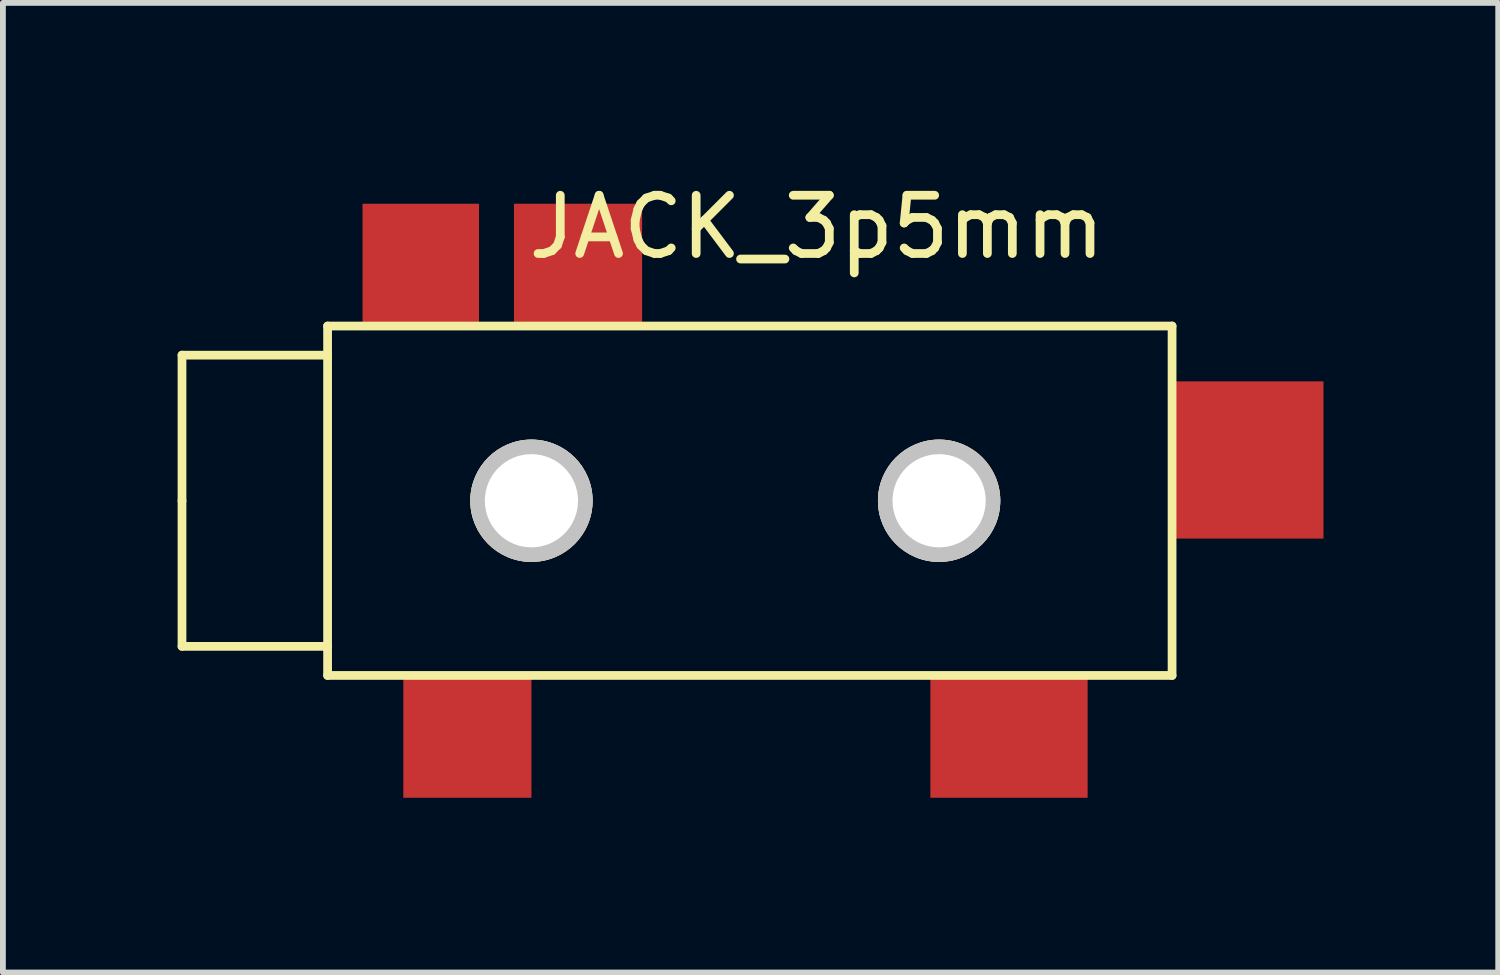
<source format=kicad_pcb>
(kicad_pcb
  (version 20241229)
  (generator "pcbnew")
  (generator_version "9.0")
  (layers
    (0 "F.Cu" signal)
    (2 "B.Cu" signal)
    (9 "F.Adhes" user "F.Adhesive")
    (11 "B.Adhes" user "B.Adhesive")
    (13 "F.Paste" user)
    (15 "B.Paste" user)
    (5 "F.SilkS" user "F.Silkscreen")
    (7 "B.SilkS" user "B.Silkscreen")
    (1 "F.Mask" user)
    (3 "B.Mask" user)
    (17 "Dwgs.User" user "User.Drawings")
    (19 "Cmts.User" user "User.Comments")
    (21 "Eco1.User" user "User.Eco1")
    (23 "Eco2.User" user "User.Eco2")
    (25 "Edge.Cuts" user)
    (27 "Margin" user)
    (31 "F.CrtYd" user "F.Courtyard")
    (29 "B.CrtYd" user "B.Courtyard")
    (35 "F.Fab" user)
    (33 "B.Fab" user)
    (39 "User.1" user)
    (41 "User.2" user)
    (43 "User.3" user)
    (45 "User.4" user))
  (footprint "JACK_3p5mm"
    (layer "F.Cu")
    (at 2.575 8.548)
    (property "Reference" "JACK_3p5mm" (at 8.4 -7.7 0) (layer "F.SilkS") (effects (font (size 1 1) (thickness 0.15))))
    (attr through_hole)
    (fp_line (start -2.5 -5.5) (end 0 -5.5) (stroke (width 0.15) (type solid)) (layer "F.SilkS"))
    (fp_line (start -2.5 -3) (end -2.5 -5.5) (stroke (width 0.15) (type solid)) (layer "F.SilkS"))
    (fp_line (start -2.5 -3) (end -2.5 -0.5) (stroke (width 0.15) (type solid)) (layer "F.SilkS"))
    (fp_line (start -2.5 -0.5) (end 0 -0.5) (stroke (width 0.15) (type solid)) (layer "F.SilkS"))
    (fp_line (start 0 -6) (end 0 0) (stroke (width 0.15) (type solid)) (layer "F.SilkS"))
    (fp_line (start 0 0) (end 14.5 0) (stroke (width 0.15) (type solid)) (layer "F.SilkS"))
    (fp_line (start 14.5 -6) (end 0 -6) (stroke (width 0.15) (type solid)) (layer "F.SilkS"))
    (fp_line (start 14.5 0) (end 14.5 -6) (stroke (width 0.15) (type solid)) (layer "F.SilkS"))
    (pad "1" smd rect (at 2.4 1.05) (size 2.2 2.1) (layers "F.Cu" "F.Mask" "F.Paste"))
    (pad "2" smd rect (at 4.3 -7.05) (size 2.2 2.1) (layers "F.Cu" "F.Mask" "F.Paste"))
    (pad "3" smd rect (at 11.7 1.05) (size 2.7 2.1) (layers "F.Cu" "F.Mask" "F.Paste"))
    (pad "4" smd rect (at 1.6 -7.05) (size 2 2.1) (layers "F.Cu" "F.Mask" "F.Paste"))
    (pad "5" smd rect (at 15.8 -3.7) (size 2.6 2.7) (layers "F.Cu" "F.Mask" "F.Paste"))
    (pad "6" thru_hole circle (at 3.5 -3) (size 2.1 2.1) (drill 1.6) (layers "*.Cu" "*.Mask" "F.SilkS" "Dwgs.User"))
    (pad "7" thru_hole circle (at 10.5 -3) (size 2.1 2.1) (drill 1.6) (layers "*.Cu" "*.Mask" "F.SilkS" "Dwgs.User")))
  (gr_rect
    (start -3 -3)
    (end 22.675 13.648)
    (stroke (width 0.1) (type default))
    (fill no)
    (layer "Edge.Cuts")))
</source>
